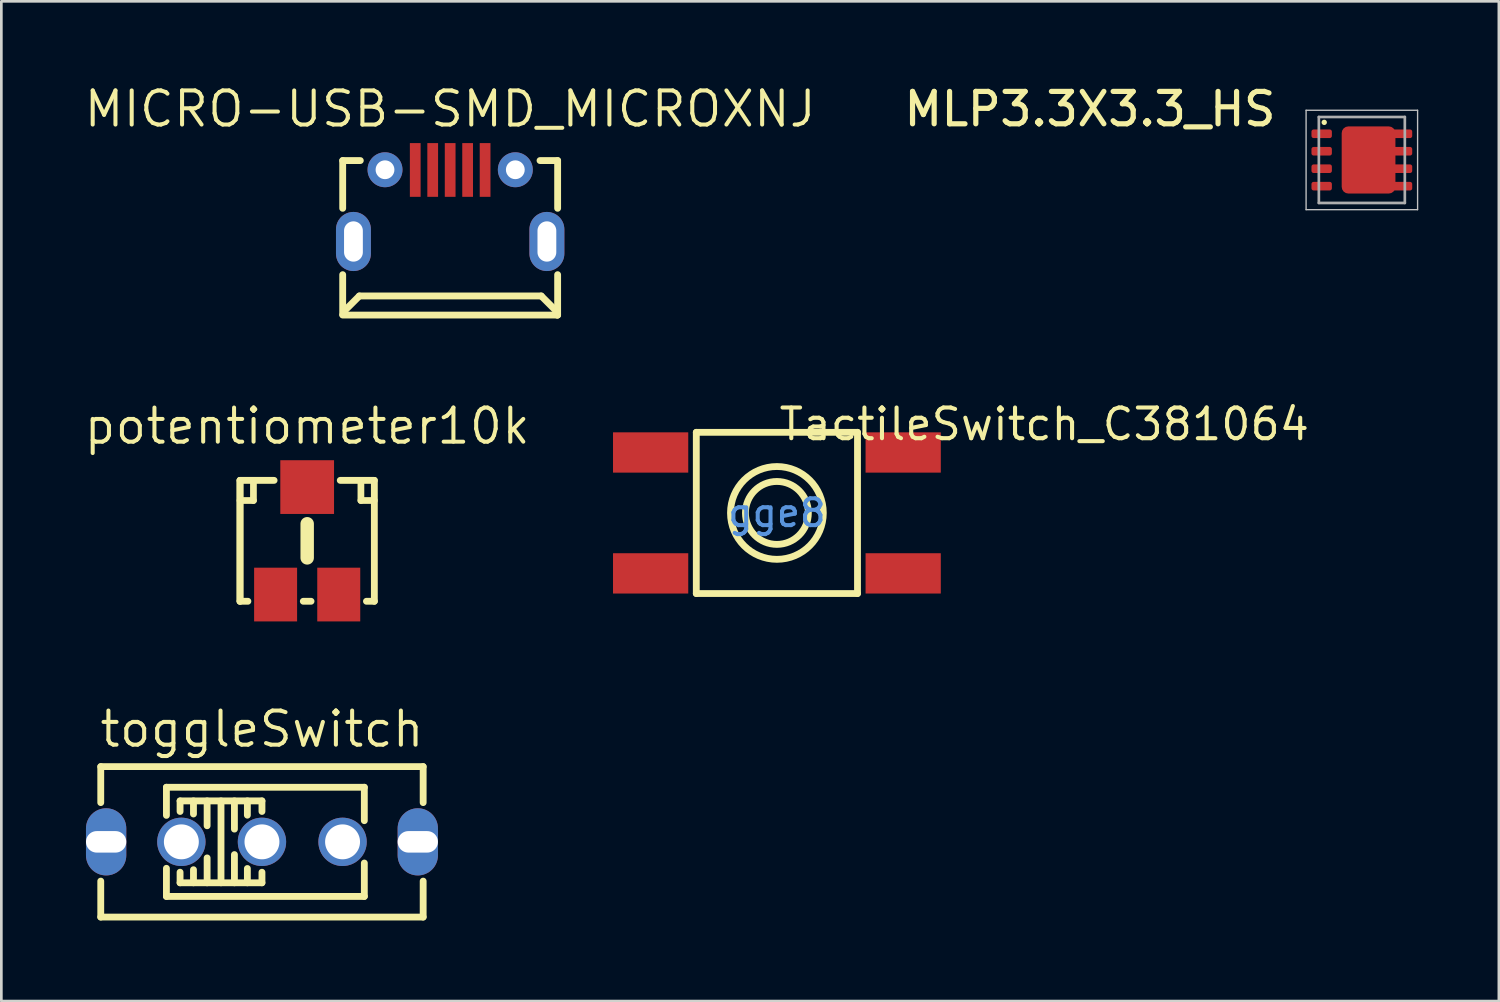
<source format=kicad_pcb>
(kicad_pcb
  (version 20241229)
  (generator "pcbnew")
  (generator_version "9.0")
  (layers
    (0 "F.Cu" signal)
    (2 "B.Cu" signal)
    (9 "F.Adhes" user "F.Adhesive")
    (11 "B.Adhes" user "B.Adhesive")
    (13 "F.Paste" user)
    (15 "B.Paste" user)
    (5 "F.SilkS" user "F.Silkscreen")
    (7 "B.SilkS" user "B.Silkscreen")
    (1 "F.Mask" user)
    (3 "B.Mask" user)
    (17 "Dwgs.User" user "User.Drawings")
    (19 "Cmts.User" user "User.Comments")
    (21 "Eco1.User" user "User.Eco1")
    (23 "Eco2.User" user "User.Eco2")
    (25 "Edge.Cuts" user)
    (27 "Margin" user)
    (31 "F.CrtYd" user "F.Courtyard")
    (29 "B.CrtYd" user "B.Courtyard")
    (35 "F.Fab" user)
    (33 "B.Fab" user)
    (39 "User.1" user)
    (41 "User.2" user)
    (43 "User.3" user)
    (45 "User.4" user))
  (footprint "TactileSwitch_C381064"
    (layer "F.Cu")
    (at 25.866 16.041)
    (property "Reference" "TactileSwitch_C381064" (at 0 -3.302 0) (layer "F.SilkS") (effects (font (size 1.143 1.143) (thickness 0.152)) (justify left)))
    (attr smd)
    (fp_line (start -3 -3) (end -3 3) (stroke (width 0.254) (type solid)) (layer "F.SilkS"))
    (fp_line (start -3 -3) (end 3 -3) (stroke (width 0.254) (type solid)) (layer "F.SilkS"))
    (fp_line (start -3 3) (end 3 3) (stroke (width 0.254) (type solid)) (layer "F.SilkS"))
    (fp_line (start 3 -3) (end 3 3) (stroke (width 0.254) (type solid)) (layer "F.SilkS"))
    (fp_circle (center 0 0) (end 1.171 0) (stroke (width 0.254) (type solid)) (fill no) (layer "F.SilkS"))
    (fp_circle (center 0 0) (end 1.727 0) (stroke (width 0.254) (type solid)) (fill no) (layer "F.SilkS"))
    (fp_text user "gge8" (at 0 0 0) (layer "Cmts.User") (effects (font (size 1 1) (thickness 0.15))))
    (pad "1" smd rect (at -4.7 -2.25) (size 2.8 1.5) (layers "F.Cu" "F.Mask" "F.Paste"))
    (pad "2" smd rect (at 4.7 -2.25) (size 2.8 1.5) (layers "F.Cu" "F.Mask" "F.Paste"))
    (pad "3" smd rect (at -4.7 2.25) (size 2.8 1.5) (layers "F.Cu" "F.Mask" "F.Paste"))
    (pad "4" smd rect (at 4.7 2.25) (size 2.8 1.5) (layers "F.Cu" "F.Mask" "F.Paste")))
  (footprint "MLP3.3X3.3_HS"
    (layer "F.Cu")
    (at 47.637 2.904)
    (property "Reference" "MLP3.3X3.3_HS" (at -3.1 -2.6 180) (layer "F.SilkS") (effects (font (size 1.206 1.206) (thickness 0.193)) (justify right top)))
    (attr through_hole)
    (fp_circle (center -1.4 -1.4) (end -1.35 -1.4) (stroke (width 0.1) (type solid)) (fill no) (layer "F.SilkS"))
    (fp_line (start -2.075 -1.85) (end -2.075 1.85) (stroke (width 0.05) (type solid)) (layer "Dwgs.User"))
    (fp_line (start -2.075 1.85) (end 2.075 1.85) (stroke (width 0.05) (type solid)) (layer "Dwgs.User"))
    (fp_line (start 2.075 -1.85) (end -2.075 -1.85) (stroke (width 0.05) (type solid)) (layer "Dwgs.User"))
    (fp_line (start 2.075 1.85) (end 2.075 -1.85) (stroke (width 0.05) (type solid)) (layer "Dwgs.User"))
    (fp_line (start -1.6 -1.6) (end 1.6 -1.6) (stroke (width 0.1) (type solid)) (layer "F.Fab"))
    (fp_line (start -1.6 1.6) (end -1.6 -1.6) (stroke (width 0.1) (type solid)) (layer "F.Fab"))
    (fp_line (start 1.6 -1.6) (end 1.6 1.6) (stroke (width 0.1) (type solid)) (layer "F.Fab"))
    (fp_line (start 1.6 1.6) (end -1.6 1.6) (stroke (width 0.1) (type solid)) (layer "F.Fab"))
    (pad "1" smd roundrect (at -1.495 -0.975 180) (size 0.76 0.32) (layers "F.Cu" "F.Mask" "F.Paste") (roundrect_rratio 0.25))
    (pad "2" smd roundrect (at -1.495 -0.325 180) (size 0.76 0.32) (layers "F.Cu" "F.Mask" "F.Paste") (roundrect_rratio 0.25))
    (pad "3" smd roundrect (at -1.495 0.325 180) (size 0.76 0.32) (layers "F.Cu" "F.Mask" "F.Paste") (roundrect_rratio 0.25))
    (pad "4" smd roundrect (at -1.495 0.975 180) (size 0.76 0.32) (layers "F.Cu" "F.Mask" "F.Paste") (roundrect_rratio 0.25))
    (pad "5" smd roundrect (at 1.495 0.975) (size 0.76 0.32) (layers "F.Cu" "F.Mask" "F.Paste") (roundrect_rratio 0.25))
    (pad "6" smd roundrect (at 1.495 0.325) (size 0.76 0.32) (layers "F.Cu" "F.Mask" "F.Paste") (roundrect_rratio 0.25))
    (pad "7" smd roundrect (at 1.495 -0.325) (size 0.76 0.32) (layers "F.Cu" "F.Mask" "F.Paste") (roundrect_rratio 0.25))
    (pad "8" smd roundrect (at 1.495 -0.975) (size 0.76 0.32) (layers "F.Cu" "F.Mask" "F.Paste") (roundrect_rratio 0.25))
    (pad "9" smd roundrect (at 0.25 0 270) (size 2.5 2) (layers "F.Cu" "F.Mask" "F.Paste") (roundrect_rratio 0.125)))
  (footprint "toggleSwitch"
    (layer "F.Cu")
    (at 6.7 28.283)
    (property "Reference" "toggleSwitch" (at 0 -4.197 0) (layer "F.SilkS") (effects (font (size 1.27 1.27) (thickness 0.15))))
    (attr through_hole)
    (fp_line (start -6 -2.8) (end -6 -1.46) (stroke (width 0.254) (type solid)) (layer "F.SilkS"))
    (fp_line (start -6 -2.8) (end 6 -2.8) (stroke (width 0.254) (type solid)) (layer "F.SilkS"))
    (fp_line (start -6 1.461) (end -6 2.8) (stroke (width 0.254) (type solid)) (layer "F.SilkS"))
    (fp_line (start -3.556 -2.032) (end 3.81 -2.032) (stroke (width 0.254) (type solid)) (layer "F.SilkS"))
    (fp_line (start -3.556 -0.985) (end -3.556 -2.032) (stroke (width 0.254) (type solid)) (layer "F.SilkS"))
    (fp_line (start -3.556 2.032) (end -3.556 0.985) (stroke (width 0.254) (type solid)) (layer "F.SilkS"))
    (fp_line (start -3.048 -1.524) (end 0 -1.524) (stroke (width 0.254) (type solid)) (layer "F.SilkS"))
    (fp_line (start -3.048 -1.13) (end -3.048 -1.524) (stroke (width 0.254) (type solid)) (layer "F.SilkS"))
    (fp_line (start -3.048 1.524) (end -3.048 1.13) (stroke (width 0.254) (type solid)) (layer "F.SilkS"))
    (fp_line (start -2.549 -1.524) (end -2.549 -1.037) (stroke (width 0.254) (type solid)) (layer "F.SilkS"))
    (fp_line (start -2.549 1.037) (end -2.549 1.524) (stroke (width 0.254) (type solid)) (layer "F.SilkS"))
    (fp_line (start -2.041 -0.598) (end -2.041 -1.524) (stroke (width 0.254) (type solid)) (layer "F.SilkS"))
    (fp_line (start -2.041 1.524) (end -2.041 0.598) (stroke (width 0.254) (type solid)) (layer "F.SilkS"))
    (fp_line (start -1.524 -1.524) (end -1.524 1.524) (stroke (width 0.254) (type solid)) (layer "F.SilkS"))
    (fp_line (start -1.025 -0.474) (end -1.025 -1.524) (stroke (width 0.254) (type solid)) (layer "F.SilkS"))
    (fp_line (start -1.025 1.524) (end -1.025 0.474) (stroke (width 0.254) (type solid)) (layer "F.SilkS"))
    (fp_line (start -0.543 -1.524) (end -0.543 -0.992) (stroke (width 0.254) (type solid)) (layer "F.SilkS"))
    (fp_line (start -0.543 0.992) (end -0.543 1.524) (stroke (width 0.254) (type solid)) (layer "F.SilkS"))
    (fp_line (start 0 -1.131) (end 0 -1.524) (stroke (width 0.254) (type solid)) (layer "F.SilkS"))
    (fp_line (start 0 1.524) (end -3.048 1.524) (stroke (width 0.254) (type solid)) (layer "F.SilkS"))
    (fp_line (start 0 1.524) (end 0 1.131) (stroke (width 0.254) (type solid)) (layer "F.SilkS"))
    (fp_line (start 3.81 -2.032) (end 3.81 -0.788) (stroke (width 0.254) (type solid)) (layer "F.SilkS"))
    (fp_line (start 3.81 0.788) (end 3.81 2.032) (stroke (width 0.254) (type solid)) (layer "F.SilkS"))
    (fp_line (start 3.81 2.032) (end -3.556 2.032) (stroke (width 0.254) (type solid)) (layer "F.SilkS"))
    (fp_line (start 6 -2.8) (end 6 -1.46) (stroke (width 0.254) (type solid)) (layer "F.SilkS"))
    (fp_line (start 6 1.461) (end 6 2.8) (stroke (width 0.254) (type solid)) (layer "F.SilkS"))
    (fp_line (start 6 2.8) (end -6 2.8) (stroke (width 0.254) (type solid)) (layer "F.SilkS"))
    (fp_text user "" (at 0 0 0) (layer "Cmts.User") (effects (font (size 1 1) (thickness 0.15))))
    (pad "1" thru_hole circle (at -3 0) (size 1.8 1.8) (drill 1.3) (layers "*.Cu" "*.Paste" "*.Mask"))
    (pad "2" thru_hole circle (at 0 0) (size 1.8 1.8) (drill 1.3) (layers "*.Cu" "*.Paste" "*.Mask"))
    (pad "3" thru_hole circle (at 3 0) (size 1.8 1.8) (drill 1.3) (layers "*.Cu" "*.Paste" "*.Mask"))
    (pad "4" thru_hole oval (at 5.8 0 90) (size 2.5 1.5) (drill oval 0.8 1.8) (layers "*.Cu" "*.Paste" "*.Mask"))
    (pad "5" thru_hole oval (at -5.8 0 90) (size 2.5 1.5) (drill oval 0.8 1.8) (layers "*.Cu" "*.Paste" "*.Mask")))
  (footprint "potentiometer10k"
    (layer "F.Cu")
    (at 8.383 17.079)
    (property "Reference" "potentiometer10k" (at 0 -4.27 0) (layer "F.SilkS") (effects (font (size 1.27 1.27) (thickness 0.15))))
    (attr smd)
    (fp_line (start -2.5 -2.25) (end -2.5 2.25) (stroke (width 0.25) (type solid)) (layer "F.SilkS"))
    (fp_line (start -2.5 -2.25) (end -2.5 2.25) (stroke (width 0.254) (type solid)) (layer "F.SilkS"))
    (fp_line (start -2.5 2.25) (end -2.206 2.25) (stroke (width 0.254) (type solid)) (layer "F.SilkS"))
    (fp_line (start -2 -2.25) (end -2 -1.5) (stroke (width 0.25) (type solid)) (layer "F.SilkS"))
    (fp_line (start -2 -1.5) (end -2.5 -1.5) (stroke (width 0.25) (type solid)) (layer "F.SilkS"))
    (fp_line (start -1.231 -2.25) (end -2.5 -2.25) (stroke (width 0.254) (type solid)) (layer "F.SilkS"))
    (fp_line (start -0.144 2.25) (end 0.144 2.25) (stroke (width 0.254) (type solid)) (layer "F.SilkS"))
    (fp_line (start 0 0.635) (end 0 -0.635) (stroke (width 0.5) (type solid)) (layer "F.SilkS"))
    (fp_line (start 2 -2.25) (end 2 -1.5) (stroke (width 0.25) (type solid)) (layer "F.SilkS"))
    (fp_line (start 2 -1.5) (end 2.5 -1.5) (stroke (width 0.25) (type solid)) (layer "F.SilkS"))
    (fp_line (start 2.206 2.25) (end 2.5 2.25) (stroke (width 0.254) (type solid)) (layer "F.SilkS"))
    (fp_line (start 2.5 -2.25) (end 1.231 -2.25) (stroke (width 0.254) (type solid)) (layer "F.SilkS"))
    (fp_line (start 2.5 2.25) (end 2.5 -2.25) (stroke (width 0.254) (type solid)) (layer "F.SilkS"))
    (fp_text user "" (at 0 0 0) (layer "Cmts.User") (effects (font (size 1 1) (thickness 0.15))))
    (pad "1" smd rect (at 1.175 2) (size 1.6 2) (layers "F.Cu" "F.Mask" "F.Paste"))
    (pad "2" smd rect (at 0 -2) (size 2 2) (layers "F.Cu" "F.Mask" "F.Paste"))
    (pad "3" smd rect (at -1.175 2) (size 1.6 2) (layers "F.Cu" "F.Mask" "F.Paste")))
  (footprint "MICRO-USB-SMD_MICROXNJ"
    (layer "F.Cu")
    (at 13.705 4.603)
    (property "Reference" "MICRO-USB-SMD_MICROXNJ" (at 0 -3.597 0) (layer "F.SilkS") (effects (font (size 1.27 1.27) (thickness 0.15))))
    (attr smd)
    (fp_line (start -4 -1.677) (end -4 0.1) (stroke (width 0.254) (type solid)) (layer "F.SilkS"))
    (fp_line (start -4 2.57) (end -4 4.052) (stroke (width 0.254) (type solid)) (layer "F.SilkS"))
    (fp_line (start -3.97 3.953) (end -3.38 3.363) (stroke (width 0.254) (type solid)) (layer "F.SilkS"))
    (fp_line (start -3.97 4.052) (end -3.97 3.953) (stroke (width 0.254) (type solid)) (layer "F.SilkS"))
    (fp_line (start -3.344 -1.677) (end -4 -1.677) (stroke (width 0.254) (type solid)) (layer "F.SilkS"))
    (fp_line (start 3.39 3.363) (end -3.38 3.363) (stroke (width 0.254) (type solid)) (layer "F.SilkS"))
    (fp_line (start 3.98 3.953) (end 3.39 3.363) (stroke (width 0.254) (type solid)) (layer "F.SilkS"))
    (fp_line (start 3.98 4.073) (end 3.98 3.953) (stroke (width 0.254) (type solid)) (layer "F.SilkS"))
    (fp_line (start 4 -1.677) (end 3.344 -1.677) (stroke (width 0.254) (type solid)) (layer "F.SilkS"))
    (fp_line (start 4 -1.677) (end 4 0.1) (stroke (width 0.254) (type solid)) (layer "F.SilkS"))
    (fp_line (start 4 2.57) (end 4 4.073) (stroke (width 0.254) (type solid)) (layer "F.SilkS"))
    (fp_line (start 4 4.073) (end -4 4.073) (stroke (width 0.254) (type solid)) (layer "F.SilkS"))
    (fp_text user "" (at 0 0 0) (layer "Cmts.User") (effects (font (size 1 1) (thickness 0.15))))
    (pad "1" smd rect (at -1.3 -1.327 270) (size 2 0.4) (layers "F.Cu" "F.Mask" "F.Paste"))
    (pad "2" smd rect (at -0.65 -1.327 270) (size 2 0.4) (layers "F.Cu" "F.Mask" "F.Paste"))
    (pad "3" smd rect (at 0 -1.327 270) (size 2 0.4) (layers "F.Cu" "F.Mask" "F.Paste"))
    (pad "4" smd rect (at 0.65 -1.327 270) (size 2 0.4) (layers "F.Cu" "F.Mask" "F.Paste"))
    (pad "5" smd rect (at 1.3 -1.327 270) (size 2 0.4) (layers "F.Cu" "F.Mask" "F.Paste"))
    (pad "6" thru_hole circle (at 2.425 -1.335) (size 1.3 1.3) (drill 0.7) (layers "*.Cu" "*.Paste" "*.Mask"))
    (pad "7" thru_hole oval (at 3.6 1.335) (size 1.3 2.2) (drill oval 0.7 1.5) (layers "*.Cu" "*.Paste" "*.Mask"))
    (pad "8" thru_hole oval (at -3.6 1.335) (size 1.3 2.2) (drill oval 0.7 1.5) (layers "*.Cu" "*.Paste" "*.Mask"))
    (pad "9" thru_hole circle (at -2.425 -1.335) (size 1.3 1.3) (drill 0.7) (layers "*.Cu" "*.Paste" "*.Mask")))
  (gr_rect
    (start -3 -3)
    (end 52.737 34.21)
    (stroke (width 0.1) (type default))
    (fill no)
    (layer "Edge.Cuts")))
</source>
